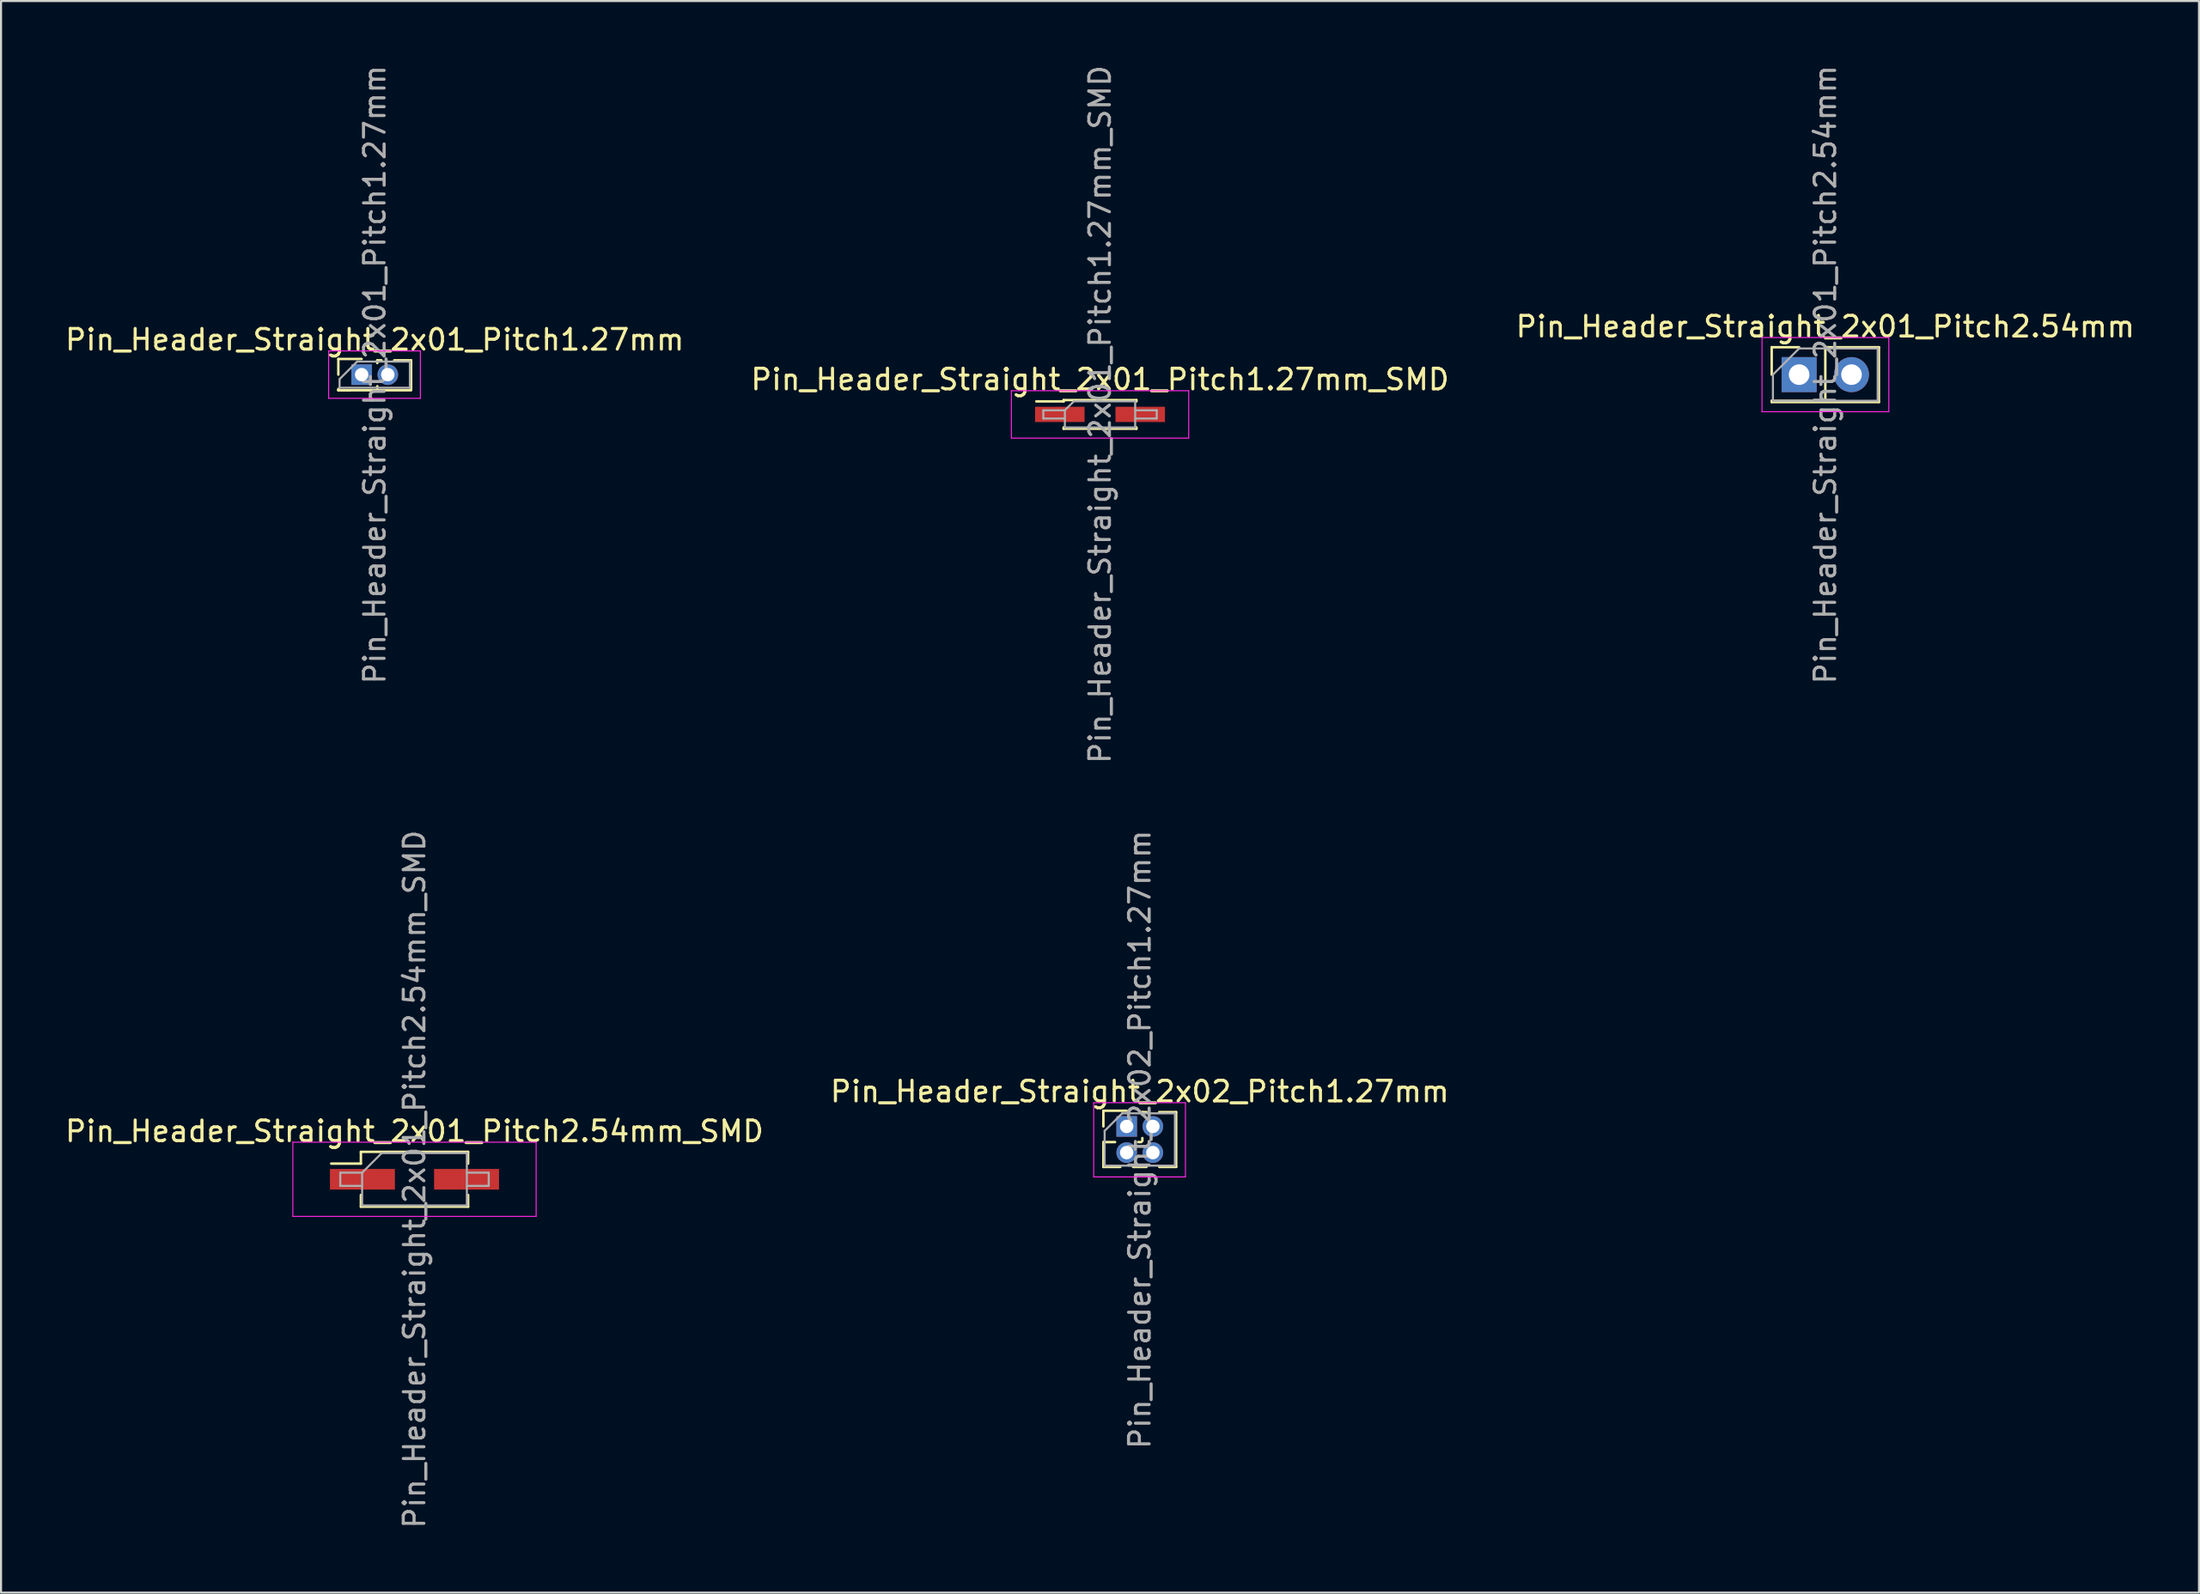
<source format=kicad_pcb>
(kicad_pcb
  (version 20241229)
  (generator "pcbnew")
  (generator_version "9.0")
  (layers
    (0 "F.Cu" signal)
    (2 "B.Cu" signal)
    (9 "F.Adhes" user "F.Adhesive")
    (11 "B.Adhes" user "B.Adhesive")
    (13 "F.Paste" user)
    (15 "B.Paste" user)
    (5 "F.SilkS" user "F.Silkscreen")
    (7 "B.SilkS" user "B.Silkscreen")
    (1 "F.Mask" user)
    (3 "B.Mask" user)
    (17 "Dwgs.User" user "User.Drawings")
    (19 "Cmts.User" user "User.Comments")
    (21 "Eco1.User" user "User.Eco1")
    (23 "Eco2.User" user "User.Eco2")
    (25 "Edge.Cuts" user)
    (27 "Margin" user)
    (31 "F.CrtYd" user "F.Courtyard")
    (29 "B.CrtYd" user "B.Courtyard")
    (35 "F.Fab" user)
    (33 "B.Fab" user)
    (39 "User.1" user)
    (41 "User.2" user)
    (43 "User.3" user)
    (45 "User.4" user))
  (footprint "Pin_Header_Straight_2x01_Pitch2.54mm"
    (layer "F.Cu")
    (at 84.212 15.125)
    (property "Reference" "Pin_Header_Straight_2x01_Pitch2.54mm" (at 1.27 -2.33 0) (layer "F.SilkS") (effects (font (size 1 1) (thickness 0.15))))
    (attr through_hole)
    (fp_line (start -1.33 -1.33) (end 0 -1.33) (stroke (width 0.12) (type solid)) (layer "F.SilkS"))
    (fp_line (start -1.33 0) (end -1.33 -1.33) (stroke (width 0.12) (type solid)) (layer "F.SilkS"))
    (fp_line (start -1.33 1.27) (end -1.33 1.33) (stroke (width 0.12) (type solid)) (layer "F.SilkS"))
    (fp_line (start -1.33 1.27) (end 1.27 1.27) (stroke (width 0.12) (type solid)) (layer "F.SilkS"))
    (fp_line (start -1.33 1.33) (end 3.87 1.33) (stroke (width 0.12) (type solid)) (layer "F.SilkS"))
    (fp_line (start 1.27 -1.33) (end 3.87 -1.33) (stroke (width 0.12) (type solid)) (layer "F.SilkS"))
    (fp_line (start 1.27 1.27) (end 1.27 -1.33) (stroke (width 0.12) (type solid)) (layer "F.SilkS"))
    (fp_line (start 3.87 -1.33) (end 3.87 1.33) (stroke (width 0.12) (type solid)) (layer "F.SilkS"))
    (fp_line (start -1.8 -1.8) (end -1.8 1.8) (stroke (width 0.05) (type solid)) (layer "F.CrtYd"))
    (fp_line (start -1.8 1.8) (end 4.35 1.8) (stroke (width 0.05) (type solid)) (layer "F.CrtYd"))
    (fp_line (start 4.35 -1.8) (end -1.8 -1.8) (stroke (width 0.05) (type solid)) (layer "F.CrtYd"))
    (fp_line (start 4.35 1.8) (end 4.35 -1.8) (stroke (width 0.05) (type solid)) (layer "F.CrtYd"))
    (fp_line (start -1.27 0) (end 0 -1.27) (stroke (width 0.1) (type solid)) (layer "F.Fab"))
    (fp_line (start -1.27 1.27) (end -1.27 0) (stroke (width 0.1) (type solid)) (layer "F.Fab"))
    (fp_line (start 0 -1.27) (end 3.81 -1.27) (stroke (width 0.1) (type solid)) (layer "F.Fab"))
    (fp_line (start 3.81 -1.27) (end 3.81 1.27) (stroke (width 0.1) (type solid)) (layer "F.Fab"))
    (fp_line (start 3.81 1.27) (end -1.27 1.27) (stroke (width 0.1) (type solid)) (layer "F.Fab"))
    (fp_text user "${REFERENCE}" (at 1.27 0 90) (layer "F.Fab") (effects (font (size 1 1) (thickness 0.15))))
    (pad "1" thru_hole rect (at 0 0) (size 1.7 1.7) (drill 1) (layers "*.Cu" "*.Mask"))
    (pad "2" thru_hole oval (at 2.54 0) (size 1.7 1.7) (drill 1) (layers "*.Cu" "*.Mask")))
  (footprint "Pin_Header_Straight_2x01_Pitch1.27mm_SMD"
    (layer "F.Cu")
    (at 50.304 17.054)
    (property "Reference" "Pin_Header_Straight_2x01_Pitch1.27mm_SMD" (at 0 -1.695 0) (layer "F.SilkS") (effects (font (size 1 1) (thickness 0.15))))
    (attr smd)
    (fp_line (start -3.09 -0.63) (end -1.765 -0.63) (stroke (width 0.12) (type solid)) (layer "F.SilkS"))
    (fp_line (start -1.765 -0.695) (end -1.765 -0.63) (stroke (width 0.12) (type solid)) (layer "F.SilkS"))
    (fp_line (start -1.765 -0.695) (end 1.765 -0.695) (stroke (width 0.12) (type solid)) (layer "F.SilkS"))
    (fp_line (start -1.765 0.63) (end -1.765 0.695) (stroke (width 0.12) (type solid)) (layer "F.SilkS"))
    (fp_line (start -1.765 0.695) (end 1.765 0.695) (stroke (width 0.12) (type solid)) (layer "F.SilkS"))
    (fp_line (start 1.765 -0.695) (end 1.765 -0.63) (stroke (width 0.12) (type solid)) (layer "F.SilkS"))
    (fp_line (start 1.765 0.63) (end 1.765 0.695) (stroke (width 0.12) (type solid)) (layer "F.SilkS"))
    (fp_line (start -4.3 -1.15) (end -4.3 1.15) (stroke (width 0.05) (type solid)) (layer "F.CrtYd"))
    (fp_line (start -4.3 1.15) (end 4.3 1.15) (stroke (width 0.05) (type solid)) (layer "F.CrtYd"))
    (fp_line (start 4.3 -1.15) (end -4.3 -1.15) (stroke (width 0.05) (type solid)) (layer "F.CrtYd"))
    (fp_line (start 4.3 1.15) (end 4.3 -1.15) (stroke (width 0.05) (type solid)) (layer "F.CrtYd"))
    (fp_line (start -2.75 -0.2) (end -2.75 0.2) (stroke (width 0.1) (type solid)) (layer "F.Fab"))
    (fp_line (start -2.75 0.2) (end -1.705 0.2) (stroke (width 0.1) (type solid)) (layer "F.Fab"))
    (fp_line (start -1.705 -0.2) (end -2.75 -0.2) (stroke (width 0.1) (type solid)) (layer "F.Fab"))
    (fp_line (start -1.705 -0.2) (end -1.27 -0.635) (stroke (width 0.1) (type solid)) (layer "F.Fab"))
    (fp_line (start -1.705 0.635) (end -1.705 -0.2) (stroke (width 0.1) (type solid)) (layer "F.Fab"))
    (fp_line (start -1.27 -0.635) (end 1.705 -0.635) (stroke (width 0.1) (type solid)) (layer "F.Fab"))
    (fp_line (start 1.705 -0.635) (end 1.705 0.635) (stroke (width 0.1) (type solid)) (layer "F.Fab"))
    (fp_line (start 1.705 -0.2) (end 2.75 -0.2) (stroke (width 0.1) (type solid)) (layer "F.Fab"))
    (fp_line (start 1.705 0.635) (end -1.705 0.635) (stroke (width 0.1) (type solid)) (layer "F.Fab"))
    (fp_line (start 2.75 -0.2) (end 2.75 0.2) (stroke (width 0.1) (type solid)) (layer "F.Fab"))
    (fp_line (start 2.75 0.2) (end 1.705 0.2) (stroke (width 0.1) (type solid)) (layer "F.Fab"))
    (fp_text user "${REFERENCE}" (at 0 0 90) (layer "F.Fab") (effects (font (size 1 1) (thickness 0.15))))
    (pad "1" smd rect (at -1.95 0) (size 2.4 0.74) (layers "F.Cu" "F.Mask" "F.Paste"))
    (pad "2" smd rect (at 1.95 0) (size 2.4 0.74) (layers "F.Cu" "F.Mask" "F.Paste")))
  (footprint "Pin_Header_Straight_2x01_Pitch1.27mm"
    (layer "F.Cu")
    (at 14.49 15.125)
    (property "Reference" "Pin_Header_Straight_2x01_Pitch1.27mm" (at 0.635 -1.695 0) (layer "F.SilkS") (effects (font (size 1 1) (thickness 0.15))))
    (attr through_hole)
    (fp_line (start -1.13 -0.76) (end 0 -0.76) (stroke (width 0.12) (type solid)) (layer "F.SilkS"))
    (fp_line (start -1.13 0) (end -1.13 -0.76) (stroke (width 0.12) (type solid)) (layer "F.SilkS"))
    (fp_line (start -1.13 0.76) (end -1.13 0.695) (stroke (width 0.12) (type solid)) (layer "F.SilkS"))
    (fp_line (start -1.13 0.76) (end -0.563 0.76) (stroke (width 0.12) (type solid)) (layer "F.SilkS"))
    (fp_line (start -1.13 0.76) (end 2.4 0.76) (stroke (width 0.12) (type solid)) (layer "F.SilkS"))
    (fp_line (start 0.563 0.76) (end 0.707 0.76) (stroke (width 0.12) (type solid)) (layer "F.SilkS"))
    (fp_line (start 0.76 -0.695) (end 0.962 -0.695) (stroke (width 0.12) (type solid)) (layer "F.SilkS"))
    (fp_line (start 0.76 -0.563) (end 0.76 -0.695) (stroke (width 0.12) (type solid)) (layer "F.SilkS"))
    (fp_line (start 0.76 0.707) (end 0.76 0.563) (stroke (width 0.12) (type solid)) (layer "F.SilkS"))
    (fp_line (start 1.578 -0.695) (end 2.4 -0.695) (stroke (width 0.12) (type solid)) (layer "F.SilkS"))
    (fp_line (start 2.4 -0.695) (end 2.4 0.695) (stroke (width 0.12) (type solid)) (layer "F.SilkS"))
    (fp_line (start -1.6 -1.15) (end -1.6 1.15) (stroke (width 0.05) (type solid)) (layer "F.CrtYd"))
    (fp_line (start -1.6 1.15) (end 2.85 1.15) (stroke (width 0.05) (type solid)) (layer "F.CrtYd"))
    (fp_line (start 2.85 -1.15) (end -1.6 -1.15) (stroke (width 0.05) (type solid)) (layer "F.CrtYd"))
    (fp_line (start 2.85 1.15) (end 2.85 -1.15) (stroke (width 0.05) (type solid)) (layer "F.CrtYd"))
    (fp_line (start -1.07 0.217) (end -0.217 -0.635) (stroke (width 0.1) (type solid)) (layer "F.Fab"))
    (fp_line (start -1.07 0.635) (end -1.07 0.217) (stroke (width 0.1) (type solid)) (layer "F.Fab"))
    (fp_line (start -0.217 -0.635) (end 2.34 -0.635) (stroke (width 0.1) (type solid)) (layer "F.Fab"))
    (fp_line (start 2.34 -0.635) (end 2.34 0.635) (stroke (width 0.1) (type solid)) (layer "F.Fab"))
    (fp_line (start 2.34 0.635) (end -1.07 0.635) (stroke (width 0.1) (type solid)) (layer "F.Fab"))
    (fp_text user "${REFERENCE}" (at 0.635 0 90) (layer "F.Fab") (effects (font (size 1 1) (thickness 0.15))))
    (pad "1" thru_hole rect (at 0 0) (size 1 1) (drill 0.65) (layers "*.Cu" "*.Mask"))
    (pad "2" thru_hole oval (at 1.27 0) (size 1 1) (drill 0.65) (layers "*.Cu" "*.Mask")))
  (footprint "Pin_Header_Straight_2x01_Pitch2.54mm_SMD"
    (layer "F.Cu")
    (at 17.054 54.161)
    (property "Reference" "Pin_Header_Straight_2x01_Pitch2.54mm_SMD" (at 0 -2.33 0) (layer "F.SilkS") (effects (font (size 1 1) (thickness 0.15))))
    (attr smd)
    (fp_line (start -4.04 -0.76) (end -2.6 -0.76) (stroke (width 0.12) (type solid)) (layer "F.SilkS"))
    (fp_line (start -2.6 -1.33) (end -2.6 -0.76) (stroke (width 0.12) (type solid)) (layer "F.SilkS"))
    (fp_line (start -2.6 -1.33) (end 2.6 -1.33) (stroke (width 0.12) (type solid)) (layer "F.SilkS"))
    (fp_line (start -2.6 0.76) (end -2.6 1.33) (stroke (width 0.12) (type solid)) (layer "F.SilkS"))
    (fp_line (start -2.6 1.33) (end 2.6 1.33) (stroke (width 0.12) (type solid)) (layer "F.SilkS"))
    (fp_line (start 2.6 -1.33) (end 2.6 -0.76) (stroke (width 0.12) (type solid)) (layer "F.SilkS"))
    (fp_line (start 2.6 0.76) (end 2.6 1.33) (stroke (width 0.12) (type solid)) (layer "F.SilkS"))
    (fp_line (start -5.9 -1.8) (end -5.9 1.8) (stroke (width 0.05) (type solid)) (layer "F.CrtYd"))
    (fp_line (start -5.9 1.8) (end 5.9 1.8) (stroke (width 0.05) (type solid)) (layer "F.CrtYd"))
    (fp_line (start 5.9 -1.8) (end -5.9 -1.8) (stroke (width 0.05) (type solid)) (layer "F.CrtYd"))
    (fp_line (start 5.9 1.8) (end 5.9 -1.8) (stroke (width 0.05) (type solid)) (layer "F.CrtYd"))
    (fp_line (start -3.6 -0.32) (end -3.6 0.32) (stroke (width 0.1) (type solid)) (layer "F.Fab"))
    (fp_line (start -3.6 0.32) (end -2.54 0.32) (stroke (width 0.1) (type solid)) (layer "F.Fab"))
    (fp_line (start -2.54 -0.32) (end -3.6 -0.32) (stroke (width 0.1) (type solid)) (layer "F.Fab"))
    (fp_line (start -2.54 -0.32) (end -1.59 -1.27) (stroke (width 0.1) (type solid)) (layer "F.Fab"))
    (fp_line (start -2.54 1.27) (end -2.54 -0.32) (stroke (width 0.1) (type solid)) (layer "F.Fab"))
    (fp_line (start -1.59 -1.27) (end 2.54 -1.27) (stroke (width 0.1) (type solid)) (layer "F.Fab"))
    (fp_line (start 2.54 -1.27) (end 2.54 1.27) (stroke (width 0.1) (type solid)) (layer "F.Fab"))
    (fp_line (start 2.54 -0.32) (end 3.6 -0.32) (stroke (width 0.1) (type solid)) (layer "F.Fab"))
    (fp_line (start 2.54 1.27) (end -2.54 1.27) (stroke (width 0.1) (type solid)) (layer "F.Fab"))
    (fp_line (start 3.6 -0.32) (end 3.6 0.32) (stroke (width 0.1) (type solid)) (layer "F.Fab"))
    (fp_line (start 3.6 0.32) (end 2.54 0.32) (stroke (width 0.1) (type solid)) (layer "F.Fab"))
    (fp_text user "${REFERENCE}" (at 0 0 90) (layer "F.Fab") (effects (font (size 1 1) (thickness 0.15))))
    (pad "1" smd rect (at -2.525 0) (size 3.15 1) (layers "F.Cu" "F.Mask" "F.Paste"))
    (pad "2" smd rect (at 2.525 0) (size 3.15 1) (layers "F.Cu" "F.Mask" "F.Paste")))
  (footprint "Pin_Header_Straight_2x02_Pitch1.27mm"
    (layer "F.Cu")
    (at 51.597 51.597)
    (property "Reference" "Pin_Header_Straight_2x02_Pitch1.27mm" (at 0.635 -1.695 0) (layer "F.SilkS") (effects (font (size 1 1) (thickness 0.15))))
    (attr through_hole)
    (fp_line (start -1.13 -0.76) (end 0 -0.76) (stroke (width 0.12) (type solid)) (layer "F.SilkS"))
    (fp_line (start -1.13 0) (end -1.13 -0.76) (stroke (width 0.12) (type solid)) (layer "F.SilkS"))
    (fp_line (start -1.13 0.76) (end -1.13 1.965) (stroke (width 0.12) (type solid)) (layer "F.SilkS"))
    (fp_line (start -1.13 0.76) (end -0.563 0.76) (stroke (width 0.12) (type solid)) (layer "F.SilkS"))
    (fp_line (start -1.13 1.965) (end -0.308 1.965) (stroke (width 0.12) (type solid)) (layer "F.SilkS"))
    (fp_line (start 0.308 1.965) (end 0.962 1.965) (stroke (width 0.12) (type solid)) (layer "F.SilkS"))
    (fp_line (start 0.563 0.76) (end 0.707 0.76) (stroke (width 0.12) (type solid)) (layer "F.SilkS"))
    (fp_line (start 0.76 -0.695) (end 0.962 -0.695) (stroke (width 0.12) (type solid)) (layer "F.SilkS"))
    (fp_line (start 0.76 -0.563) (end 0.76 -0.695) (stroke (width 0.12) (type solid)) (layer "F.SilkS"))
    (fp_line (start 0.76 0.707) (end 0.76 0.563) (stroke (width 0.12) (type solid)) (layer "F.SilkS"))
    (fp_line (start 1.578 -0.695) (end 2.4 -0.695) (stroke (width 0.12) (type solid)) (layer "F.SilkS"))
    (fp_line (start 1.578 1.965) (end 2.4 1.965) (stroke (width 0.12) (type solid)) (layer "F.SilkS"))
    (fp_line (start 2.4 -0.695) (end 2.4 1.965) (stroke (width 0.12) (type solid)) (layer "F.SilkS"))
    (fp_line (start -1.6 -1.15) (end -1.6 2.45) (stroke (width 0.05) (type solid)) (layer "F.CrtYd"))
    (fp_line (start -1.6 2.45) (end 2.85 2.45) (stroke (width 0.05) (type solid)) (layer "F.CrtYd"))
    (fp_line (start 2.85 -1.15) (end -1.6 -1.15) (stroke (width 0.05) (type solid)) (layer "F.CrtYd"))
    (fp_line (start 2.85 2.45) (end 2.85 -1.15) (stroke (width 0.05) (type solid)) (layer "F.CrtYd"))
    (fp_line (start -1.07 0.217) (end -0.217 -0.635) (stroke (width 0.1) (type solid)) (layer "F.Fab"))
    (fp_line (start -1.07 1.905) (end -1.07 0.217) (stroke (width 0.1) (type solid)) (layer "F.Fab"))
    (fp_line (start -0.217 -0.635) (end 2.34 -0.635) (stroke (width 0.1) (type solid)) (layer "F.Fab"))
    (fp_line (start 2.34 -0.635) (end 2.34 1.905) (stroke (width 0.1) (type solid)) (layer "F.Fab"))
    (fp_line (start 2.34 1.905) (end -1.07 1.905) (stroke (width 0.1) (type solid)) (layer "F.Fab"))
    (fp_text user "${REFERENCE}" (at 0.635 0.635 90) (layer "F.Fab") (effects (font (size 1 1) (thickness 0.15))))
    (pad "1" thru_hole rect (at 0 0) (size 1 1) (drill 0.65) (layers "*.Cu" "*.Mask"))
    (pad "2" thru_hole oval (at 1.27 0) (size 1 1) (drill 0.65) (layers "*.Cu" "*.Mask"))
    (pad "3" thru_hole oval (at 0 1.27) (size 1 1) (drill 0.65) (layers "*.Cu" "*.Mask"))
    (pad "4" thru_hole oval (at 1.27 1.27) (size 1 1) (drill 0.65) (layers "*.Cu" "*.Mask")))
  (gr_rect
    (start -3 -3)
    (end 103.607 74.214)
    (stroke (width 0.1) (type default))
    (fill no)
    (layer "Edge.Cuts")))
</source>
